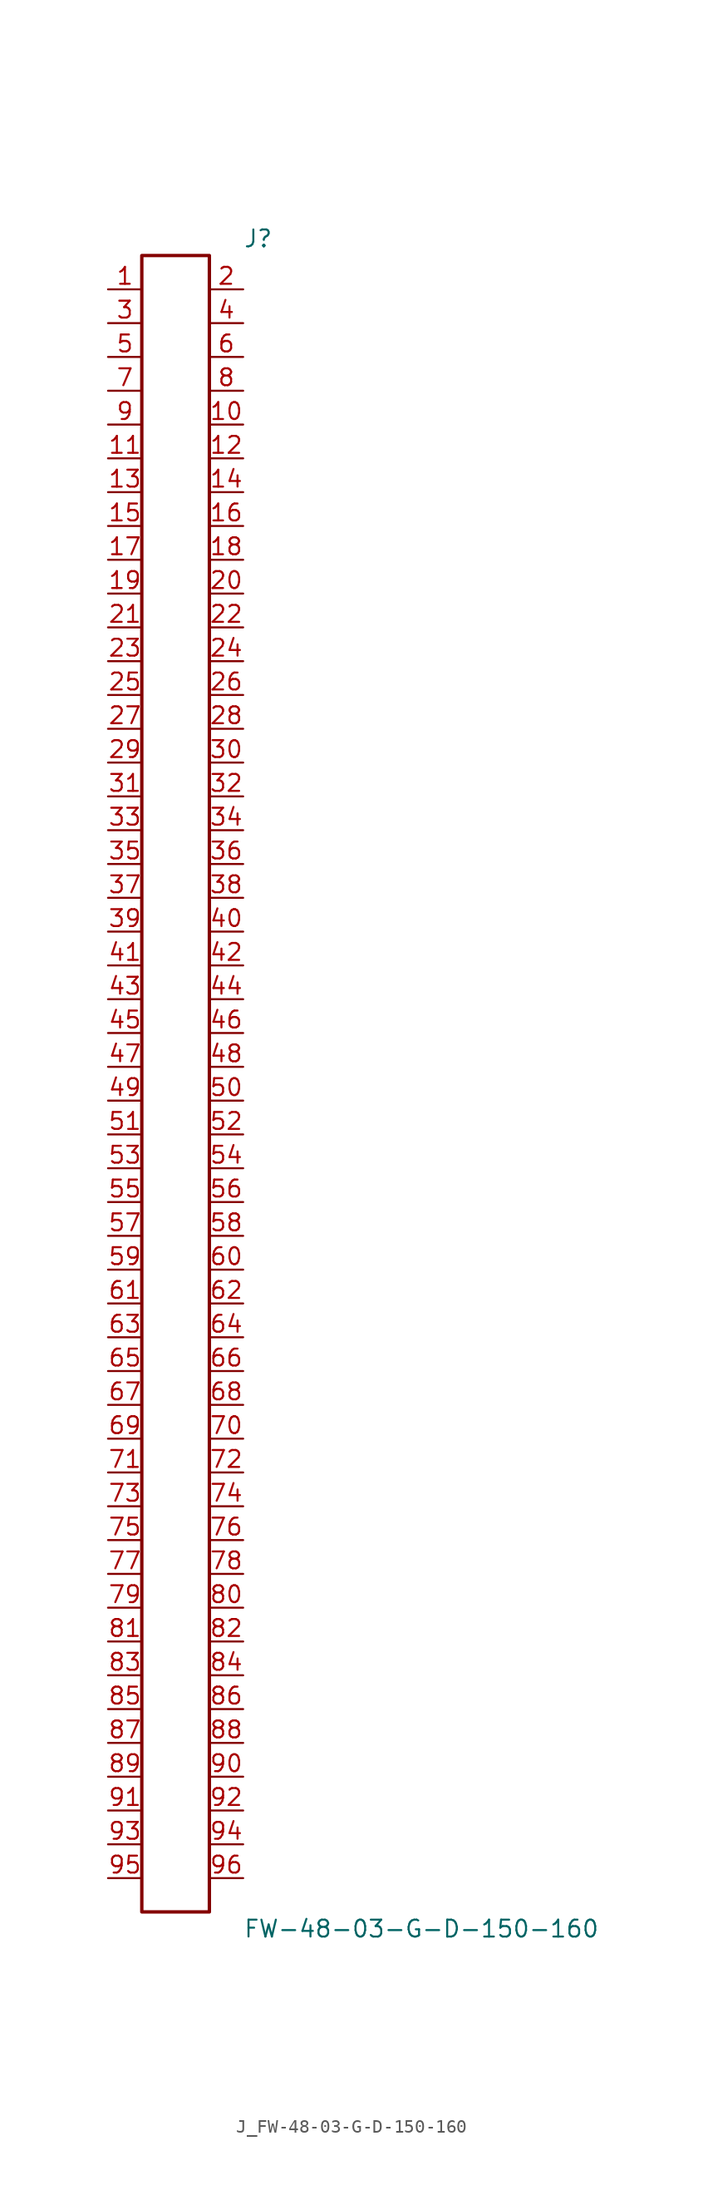
<source format=kicad_sym>
(kicad_symbol_lib
  (version 20231120)
  (generator kicad_symbol_editor)
  (generator_version 8.0)
  (symbol "J_FW-48-03-G-D-150-160"
    (pin_names
      (offset 0.254))
    (property "Reference" "J"
      (at 5.08 63.5 0)
      (effects (font (size 1.27 1.27)) (justify left)))
    (property "Value" "FW-48-03-G-D-150-160"
      (at 5.08 -63.5 0)
      (effects (font (size 1.27 1.27)) (justify left)))
    (symbol "J_FW-48-03-G-D-150-160_0_0"
      (pin passive line (at -5.08 59.69 0) (length 2.54) (name "" (effects (font (size 1.27 1.27)))) (number "1" (effects (font (size 1.27 1.27)))))
      (pin passive line (at 5.08 59.69 180) (length 2.54) (name "" (effects (font (size 1.27 1.27)))) (number "2" (effects (font (size 1.27 1.27)))))
      (pin passive line (at -5.08 57.15 0) (length 2.54) (name "" (effects (font (size 1.27 1.27)))) (number "3" (effects (font (size 1.27 1.27)))))
      (pin passive line (at 5.08 57.15 180) (length 2.54) (name "" (effects (font (size 1.27 1.27)))) (number "4" (effects (font (size 1.27 1.27)))))
      (pin passive line (at -5.08 54.61 0) (length 2.54) (name "" (effects (font (size 1.27 1.27)))) (number "5" (effects (font (size 1.27 1.27)))))
      (pin passive line (at 5.08 54.61 180) (length 2.54) (name "" (effects (font (size 1.27 1.27)))) (number "6" (effects (font (size 1.27 1.27)))))
      (pin passive line (at -5.08 52.07 0) (length 2.54) (name "" (effects (font (size 1.27 1.27)))) (number "7" (effects (font (size 1.27 1.27)))))
      (pin passive line (at 5.08 52.07 180) (length 2.54) (name "" (effects (font (size 1.27 1.27)))) (number "8" (effects (font (size 1.27 1.27)))))
      (pin passive line (at -5.08 49.53 0) (length 2.54) (name "" (effects (font (size 1.27 1.27)))) (number "9" (effects (font (size 1.27 1.27)))))
      (pin passive line (at 5.08 49.53 180) (length 2.54) (name "" (effects (font (size 1.27 1.27)))) (number "10" (effects (font (size 1.27 1.27)))))
      (pin passive line (at -5.08 46.99 0) (length 2.54) (name "" (effects (font (size 1.27 1.27)))) (number "11" (effects (font (size 1.27 1.27)))))
      (pin passive line (at 5.08 46.99 180) (length 2.54) (name "" (effects (font (size 1.27 1.27)))) (number "12" (effects (font (size 1.27 1.27)))))
      (pin passive line (at -5.08 44.45 0) (length 2.54) (name "" (effects (font (size 1.27 1.27)))) (number "13" (effects (font (size 1.27 1.27)))))
      (pin passive line (at 5.08 44.45 180) (length 2.54) (name "" (effects (font (size 1.27 1.27)))) (number "14" (effects (font (size 1.27 1.27)))))
      (pin passive line (at -5.08 41.91 0) (length 2.54) (name "" (effects (font (size 1.27 1.27)))) (number "15" (effects (font (size 1.27 1.27)))))
      (pin passive line (at 5.08 41.91 180) (length 2.54) (name "" (effects (font (size 1.27 1.27)))) (number "16" (effects (font (size 1.27 1.27)))))
      (pin passive line (at -5.08 39.37 0) (length 2.54) (name "" (effects (font (size 1.27 1.27)))) (number "17" (effects (font (size 1.27 1.27)))))
      (pin passive line (at 5.08 39.37 180) (length 2.54) (name "" (effects (font (size 1.27 1.27)))) (number "18" (effects (font (size 1.27 1.27)))))
      (pin passive line (at -5.08 36.83 0) (length 2.54) (name "" (effects (font (size 1.27 1.27)))) (number "19" (effects (font (size 1.27 1.27)))))
      (pin passive line (at 5.08 36.83 180) (length 2.54) (name "" (effects (font (size 1.27 1.27)))) (number "20" (effects (font (size 1.27 1.27)))))
      (pin passive line (at -5.08 34.29 0) (length 2.54) (name "" (effects (font (size 1.27 1.27)))) (number "21" (effects (font (size 1.27 1.27)))))
      (pin passive line (at 5.08 34.29 180) (length 2.54) (name "" (effects (font (size 1.27 1.27)))) (number "22" (effects (font (size 1.27 1.27)))))
      (pin passive line (at -5.08 31.75 0) (length 2.54) (name "" (effects (font (size 1.27 1.27)))) (number "23" (effects (font (size 1.27 1.27)))))
      (pin passive line (at 5.08 31.75 180) (length 2.54) (name "" (effects (font (size 1.27 1.27)))) (number "24" (effects (font (size 1.27 1.27)))))
      (pin passive line (at -5.08 29.21 0) (length 2.54) (name "" (effects (font (size 1.27 1.27)))) (number "25" (effects (font (size 1.27 1.27)))))
      (pin passive line (at 5.08 29.21 180) (length 2.54) (name "" (effects (font (size 1.27 1.27)))) (number "26" (effects (font (size 1.27 1.27)))))
      (pin passive line (at -5.08 26.67 0) (length 2.54) (name "" (effects (font (size 1.27 1.27)))) (number "27" (effects (font (size 1.27 1.27)))))
      (pin passive line (at 5.08 26.67 180) (length 2.54) (name "" (effects (font (size 1.27 1.27)))) (number "28" (effects (font (size 1.27 1.27)))))
      (pin passive line (at -5.08 24.13 0) (length 2.54) (name "" (effects (font (size 1.27 1.27)))) (number "29" (effects (font (size 1.27 1.27)))))
      (pin passive line (at 5.08 24.13 180) (length 2.54) (name "" (effects (font (size 1.27 1.27)))) (number "30" (effects (font (size 1.27 1.27)))))
      (pin passive line (at -5.08 21.59 0) (length 2.54) (name "" (effects (font (size 1.27 1.27)))) (number "31" (effects (font (size 1.27 1.27)))))
      (pin passive line (at 5.08 21.59 180) (length 2.54) (name "" (effects (font (size 1.27 1.27)))) (number "32" (effects (font (size 1.27 1.27)))))
      (pin passive line (at -5.08 19.05 0) (length 2.54) (name "" (effects (font (size 1.27 1.27)))) (number "33" (effects (font (size 1.27 1.27)))))
      (pin passive line (at 5.08 19.05 180) (length 2.54) (name "" (effects (font (size 1.27 1.27)))) (number "34" (effects (font (size 1.27 1.27)))))
      (pin passive line (at -5.08 16.51 0) (length 2.54) (name "" (effects (font (size 1.27 1.27)))) (number "35" (effects (font (size 1.27 1.27)))))
      (pin passive line (at 5.08 16.51 180) (length 2.54) (name "" (effects (font (size 1.27 1.27)))) (number "36" (effects (font (size 1.27 1.27)))))
      (pin passive line (at -5.08 13.97 0) (length 2.54) (name "" (effects (font (size 1.27 1.27)))) (number "37" (effects (font (size 1.27 1.27)))))
      (pin passive line (at 5.08 13.97 180) (length 2.54) (name "" (effects (font (size 1.27 1.27)))) (number "38" (effects (font (size 1.27 1.27)))))
      (pin passive line (at -5.08 11.43 0) (length 2.54) (name "" (effects (font (size 1.27 1.27)))) (number "39" (effects (font (size 1.27 1.27)))))
      (pin passive line (at 5.08 11.43 180) (length 2.54) (name "" (effects (font (size 1.27 1.27)))) (number "40" (effects (font (size 1.27 1.27)))))
      (pin passive line (at -5.08 8.89 0) (length 2.54) (name "" (effects (font (size 1.27 1.27)))) (number "41" (effects (font (size 1.27 1.27)))))
      (pin passive line (at 5.08 8.89 180) (length 2.54) (name "" (effects (font (size 1.27 1.27)))) (number "42" (effects (font (size 1.27 1.27)))))
      (pin passive line (at -5.08 6.35 0) (length 2.54) (name "" (effects (font (size 1.27 1.27)))) (number "43" (effects (font (size 1.27 1.27)))))
      (pin passive line (at 5.08 6.35 180) (length 2.54) (name "" (effects (font (size 1.27 1.27)))) (number "44" (effects (font (size 1.27 1.27)))))
      (pin passive line (at -5.08 3.81 0) (length 2.54) (name "" (effects (font (size 1.27 1.27)))) (number "45" (effects (font (size 1.27 1.27)))))
      (pin passive line (at 5.08 3.81 180) (length 2.54) (name "" (effects (font (size 1.27 1.27)))) (number "46" (effects (font (size 1.27 1.27)))))
      (pin passive line (at -5.08 1.27 0) (length 2.54) (name "" (effects (font (size 1.27 1.27)))) (number "47" (effects (font (size 1.27 1.27)))))
      (pin passive line (at 5.08 1.27 180) (length 2.54) (name "" (effects (font (size 1.27 1.27)))) (number "48" (effects (font (size 1.27 1.27)))))
      (pin passive line (at -5.08 -1.27 0) (length 2.54) (name "" (effects (font (size 1.27 1.27)))) (number "49" (effects (font (size 1.27 1.27)))))
      (pin passive line (at 5.08 -1.27 180) (length 2.54) (name "" (effects (font (size 1.27 1.27)))) (number "50" (effects (font (size 1.27 1.27)))))
      (pin passive line (at -5.08 -3.81 0) (length 2.54) (name "" (effects (font (size 1.27 1.27)))) (number "51" (effects (font (size 1.27 1.27)))))
      (pin passive line (at 5.08 -3.81 180) (length 2.54) (name "" (effects (font (size 1.27 1.27)))) (number "52" (effects (font (size 1.27 1.27)))))
      (pin passive line (at -5.08 -6.35 0) (length 2.54) (name "" (effects (font (size 1.27 1.27)))) (number "53" (effects (font (size 1.27 1.27)))))
      (pin passive line (at 5.08 -6.35 180) (length 2.54) (name "" (effects (font (size 1.27 1.27)))) (number "54" (effects (font (size 1.27 1.27)))))
      (pin passive line (at -5.08 -8.89 0) (length 2.54) (name "" (effects (font (size 1.27 1.27)))) (number "55" (effects (font (size 1.27 1.27)))))
      (pin passive line (at 5.08 -8.89 180) (length 2.54) (name "" (effects (font (size 1.27 1.27)))) (number "56" (effects (font (size 1.27 1.27)))))
      (pin passive line (at -5.08 -11.43 0) (length 2.54) (name "" (effects (font (size 1.27 1.27)))) (number "57" (effects (font (size 1.27 1.27)))))
      (pin passive line (at 5.08 -11.43 180) (length 2.54) (name "" (effects (font (size 1.27 1.27)))) (number "58" (effects (font (size 1.27 1.27)))))
      (pin passive line (at -5.08 -13.97 0) (length 2.54) (name "" (effects (font (size 1.27 1.27)))) (number "59" (effects (font (size 1.27 1.27)))))
      (pin passive line (at 5.08 -13.97 180) (length 2.54) (name "" (effects (font (size 1.27 1.27)))) (number "60" (effects (font (size 1.27 1.27)))))
      (pin passive line (at -5.08 -16.51 0) (length 2.54) (name "" (effects (font (size 1.27 1.27)))) (number "61" (effects (font (size 1.27 1.27)))))
      (pin passive line (at 5.08 -16.51 180) (length 2.54) (name "" (effects (font (size 1.27 1.27)))) (number "62" (effects (font (size 1.27 1.27)))))
      (pin passive line (at -5.08 -19.05 0) (length 2.54) (name "" (effects (font (size 1.27 1.27)))) (number "63" (effects (font (size 1.27 1.27)))))
      (pin passive line (at 5.08 -19.05 180) (length 2.54) (name "" (effects (font (size 1.27 1.27)))) (number "64" (effects (font (size 1.27 1.27)))))
      (pin passive line (at -5.08 -21.59 0) (length 2.54) (name "" (effects (font (size 1.27 1.27)))) (number "65" (effects (font (size 1.27 1.27)))))
      (pin passive line (at 5.08 -21.59 180) (length 2.54) (name "" (effects (font (size 1.27 1.27)))) (number "66" (effects (font (size 1.27 1.27)))))
      (pin passive line (at -5.08 -24.13 0) (length 2.54) (name "" (effects (font (size 1.27 1.27)))) (number "67" (effects (font (size 1.27 1.27)))))
      (pin passive line (at 5.08 -24.13 180) (length 2.54) (name "" (effects (font (size 1.27 1.27)))) (number "68" (effects (font (size 1.27 1.27)))))
      (pin passive line (at -5.08 -26.67 0) (length 2.54) (name "" (effects (font (size 1.27 1.27)))) (number "69" (effects (font (size 1.27 1.27)))))
      (pin passive line (at 5.08 -26.67 180) (length 2.54) (name "" (effects (font (size 1.27 1.27)))) (number "70" (effects (font (size 1.27 1.27)))))
      (pin passive line (at -5.08 -29.21 0) (length 2.54) (name "" (effects (font (size 1.27 1.27)))) (number "71" (effects (font (size 1.27 1.27)))))
      (pin passive line (at 5.08 -29.21 180) (length 2.54) (name "" (effects (font (size 1.27 1.27)))) (number "72" (effects (font (size 1.27 1.27)))))
      (pin passive line (at -5.08 -31.75 0) (length 2.54) (name "" (effects (font (size 1.27 1.27)))) (number "73" (effects (font (size 1.27 1.27)))))
      (pin passive line (at 5.08 -31.75 180) (length 2.54) (name "" (effects (font (size 1.27 1.27)))) (number "74" (effects (font (size 1.27 1.27)))))
      (pin passive line (at -5.08 -34.29 0) (length 2.54) (name "" (effects (font (size 1.27 1.27)))) (number "75" (effects (font (size 1.27 1.27)))))
      (pin passive line (at 5.08 -34.29 180) (length 2.54) (name "" (effects (font (size 1.27 1.27)))) (number "76" (effects (font (size 1.27 1.27)))))
      (pin passive line (at -5.08 -36.83 0) (length 2.54) (name "" (effects (font (size 1.27 1.27)))) (number "77" (effects (font (size 1.27 1.27)))))
      (pin passive line (at 5.08 -36.83 180) (length 2.54) (name "" (effects (font (size 1.27 1.27)))) (number "78" (effects (font (size 1.27 1.27)))))
      (pin passive line (at -5.08 -39.37 0) (length 2.54) (name "" (effects (font (size 1.27 1.27)))) (number "79" (effects (font (size 1.27 1.27)))))
      (pin passive line (at 5.08 -39.37 180) (length 2.54) (name "" (effects (font (size 1.27 1.27)))) (number "80" (effects (font (size 1.27 1.27)))))
      (pin passive line (at -5.08 -41.91 0) (length 2.54) (name "" (effects (font (size 1.27 1.27)))) (number "81" (effects (font (size 1.27 1.27)))))
      (pin passive line (at 5.08 -41.91 180) (length 2.54) (name "" (effects (font (size 1.27 1.27)))) (number "82" (effects (font (size 1.27 1.27)))))
      (pin passive line (at -5.08 -44.45 0) (length 2.54) (name "" (effects (font (size 1.27 1.27)))) (number "83" (effects (font (size 1.27 1.27)))))
      (pin passive line (at 5.08 -44.45 180) (length 2.54) (name "" (effects (font (size 1.27 1.27)))) (number "84" (effects (font (size 1.27 1.27)))))
      (pin passive line (at -5.08 -46.99 0) (length 2.54) (name "" (effects (font (size 1.27 1.27)))) (number "85" (effects (font (size 1.27 1.27)))))
      (pin passive line (at 5.08 -46.99 180) (length 2.54) (name "" (effects (font (size 1.27 1.27)))) (number "86" (effects (font (size 1.27 1.27)))))
      (pin passive line (at -5.08 -49.53 0) (length 2.54) (name "" (effects (font (size 1.27 1.27)))) (number "87" (effects (font (size 1.27 1.27)))))
      (pin passive line (at 5.08 -49.53 180) (length 2.54) (name "" (effects (font (size 1.27 1.27)))) (number "88" (effects (font (size 1.27 1.27)))))
      (pin passive line (at -5.08 -52.07 0) (length 2.54) (name "" (effects (font (size 1.27 1.27)))) (number "89" (effects (font (size 1.27 1.27)))))
      (pin passive line (at 5.08 -52.07 180) (length 2.54) (name "" (effects (font (size 1.27 1.27)))) (number "90" (effects (font (size 1.27 1.27)))))
      (pin passive line (at -5.08 -54.61 0) (length 2.54) (name "" (effects (font (size 1.27 1.27)))) (number "91" (effects (font (size 1.27 1.27)))))
      (pin passive line (at 5.08 -54.61 180) (length 2.54) (name "" (effects (font (size 1.27 1.27)))) (number "92" (effects (font (size 1.27 1.27)))))
      (pin passive line (at -5.08 -57.15 0) (length 2.54) (name "" (effects (font (size 1.27 1.27)))) (number "93" (effects (font (size 1.27 1.27)))))
      (pin passive line (at 5.08 -57.15 180) (length 2.54) (name "" (effects (font (size 1.27 1.27)))) (number "94" (effects (font (size 1.27 1.27)))))
      (pin passive line (at -5.08 -59.69 0) (length 2.54) (name "" (effects (font (size 1.27 1.27)))) (number "95" (effects (font (size 1.27 1.27)))))
      (pin passive line (at 5.08 -59.69 180) (length 2.54) (name "" (effects (font (size 1.27 1.27)))) (number "96" (effects (font (size 1.27 1.27))))))
    (symbol "J_FW-48-03-G-D-150-160_1_0"
      (rectangle (start -2.54 62.23) (end 2.54 -62.23) (stroke (width 0.254) (type solid)) (fill (type none))))))
</source>
